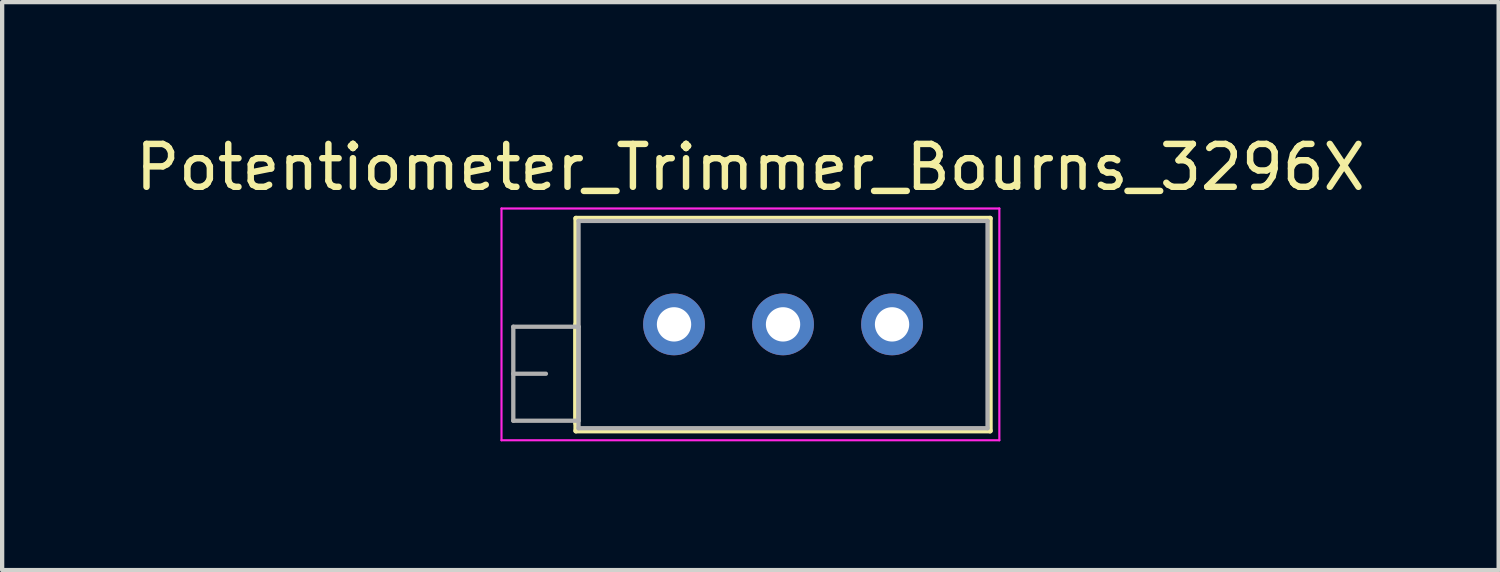
<source format=kicad_pcb>
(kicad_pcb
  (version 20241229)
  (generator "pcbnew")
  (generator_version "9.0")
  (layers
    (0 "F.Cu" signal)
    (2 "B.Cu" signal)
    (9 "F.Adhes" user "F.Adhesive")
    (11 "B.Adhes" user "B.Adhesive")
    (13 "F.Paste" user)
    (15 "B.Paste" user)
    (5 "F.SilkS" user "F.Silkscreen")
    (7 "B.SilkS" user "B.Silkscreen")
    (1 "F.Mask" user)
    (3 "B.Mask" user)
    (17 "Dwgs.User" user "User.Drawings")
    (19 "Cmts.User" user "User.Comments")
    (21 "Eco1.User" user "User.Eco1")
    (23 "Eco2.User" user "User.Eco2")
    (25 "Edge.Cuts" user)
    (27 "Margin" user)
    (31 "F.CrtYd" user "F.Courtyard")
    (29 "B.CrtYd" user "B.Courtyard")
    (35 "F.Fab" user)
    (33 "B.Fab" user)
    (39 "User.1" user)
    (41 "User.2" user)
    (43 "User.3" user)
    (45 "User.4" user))
  (footprint "Potentiometer_Trimmer_Bourns_3296X"
    (layer "F.Cu")
    (at 17.735 4.508)
    (property "Reference" "Potentiometer_Trimmer_Bourns_3296X" (at -3.3 -3.66 0) (layer "F.SilkS") (effects (font (size 1 1) (thickness 0.15))))
    (attr through_hole)
    (fp_line (start -7.366 -0.005) (end -7.366 2.305) (stroke (width 0.12) (type solid)) (layer "F.SilkS"))
    (fp_line (start -7.365 -2.47) (end -7.365 2.481) (stroke (width 0.12) (type solid)) (layer "F.SilkS"))
    (fp_line (start -7.365 -2.47) (end 2.285 -2.47) (stroke (width 0.12) (type solid)) (layer "F.SilkS"))
    (fp_line (start -7.365 2.481) (end 2.285 2.481) (stroke (width 0.12) (type solid)) (layer "F.SilkS"))
    (fp_line (start 2.285 -2.47) (end 2.285 2.481) (stroke (width 0.12) (type solid)) (layer "F.SilkS"))
    (fp_line (start -9.1 -2.7) (end -9.1 2.7) (stroke (width 0.05) (type solid)) (layer "F.CrtYd"))
    (fp_line (start -9.1 2.7) (end 2.5 2.7) (stroke (width 0.05) (type solid)) (layer "F.CrtYd"))
    (fp_line (start 2.5 -2.7) (end -9.1 -2.7) (stroke (width 0.05) (type solid)) (layer "F.CrtYd"))
    (fp_line (start 2.5 2.7) (end 2.5 -2.7) (stroke (width 0.05) (type solid)) (layer "F.CrtYd"))
    (fp_line (start -8.825 0.055) (end -8.825 2.245) (stroke (width 0.1) (type solid)) (layer "F.Fab"))
    (fp_line (start -8.825 1.15) (end -8.065 1.15) (stroke (width 0.1) (type solid)) (layer "F.Fab"))
    (fp_line (start -8.825 2.245) (end -7.305 2.245) (stroke (width 0.1) (type solid)) (layer "F.Fab"))
    (fp_line (start -7.305 -2.41) (end -7.305 2.42) (stroke (width 0.1) (type solid)) (layer "F.Fab"))
    (fp_line (start -7.305 0.055) (end -8.825 0.055) (stroke (width 0.1) (type solid)) (layer "F.Fab"))
    (fp_line (start -7.305 2.245) (end -7.305 0.055) (stroke (width 0.1) (type solid)) (layer "F.Fab"))
    (fp_line (start -7.305 2.42) (end 2.225 2.42) (stroke (width 0.1) (type solid)) (layer "F.Fab"))
    (fp_line (start 2.225 -2.41) (end -7.305 -2.41) (stroke (width 0.1) (type solid)) (layer "F.Fab"))
    (fp_line (start 2.225 2.42) (end 2.225 -2.41) (stroke (width 0.1) (type solid)) (layer "F.Fab"))
    (pad "1" thru_hole circle (at 0 0) (size 1.44 1.44) (drill 0.8) (layers "*.Cu" "*.Mask"))
    (pad "2" thru_hole circle (at -2.54 0) (size 1.44 1.44) (drill 0.8) (layers "*.Cu" "*.Mask"))
    (pad "3" thru_hole circle (at -5.08 0) (size 1.44 1.44) (drill 0.8) (layers "*.Cu" "*.Mask")))
  (gr_rect
    (start -3 -3)
    (end 31.869 10.233)
    (stroke (width 0.1) (type default))
    (fill no)
    (layer "Edge.Cuts")))
</source>
